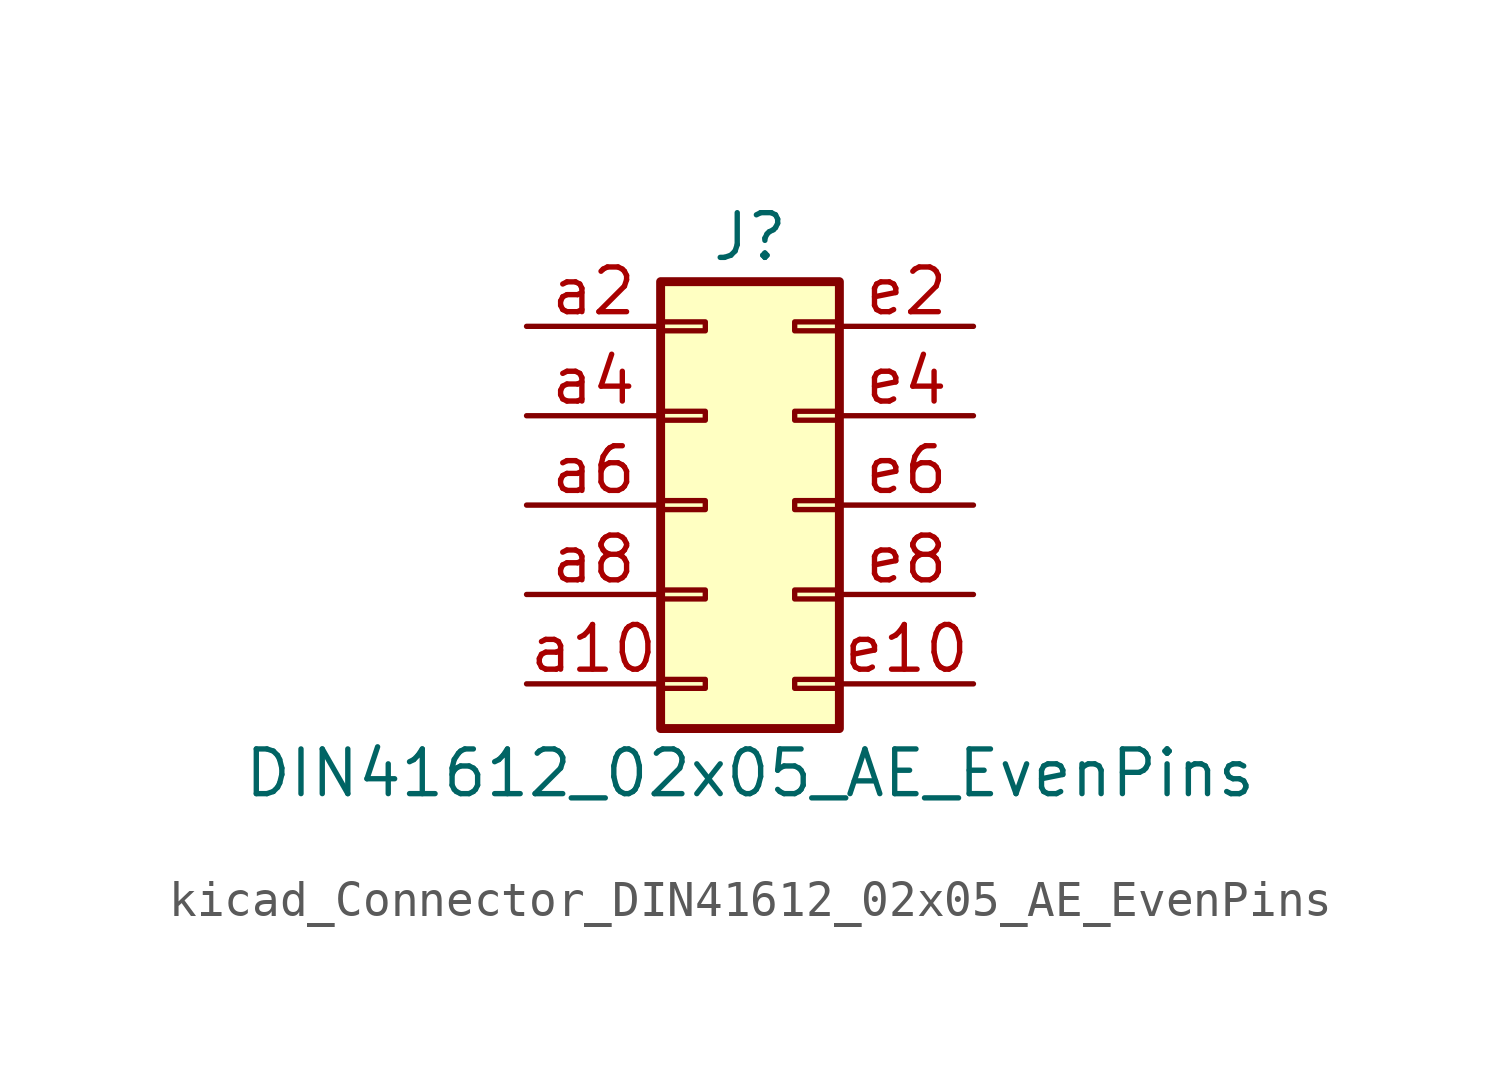
<source format=kicad_sym>
(kicad_symbol_lib
  (version 20220914)
  (generator kicad_symbol_editor)
  (symbol "kicad_Connector_DIN41612_02x05_AE_EvenPins"
    (pin_names
      (offset 1.016) hide)
    (property "Reference" "J"
      (at 1.27 7.62 0)
      (effects (font (size 1.27 1.27))))
    (property "Value" "DIN41612_02x05_AE_EvenPins"
      (at 1.27 -7.62 0)
      (effects (font (size 1.27 1.27))))
    (symbol "kicad_Connector_DIN41612_02x05_AE_EvenPins_1_1"
      (rectangle (start -1.27 -4.953) (end 0 -5.207) (stroke (width 0.152) (type default)) (fill (type none)))
      (rectangle (start -1.27 -2.413) (end 0 -2.667) (stroke (width 0.152) (type default)) (fill (type none)))
      (rectangle (start -1.27 0.127) (end 0 -0.127) (stroke (width 0.152) (type default)) (fill (type none)))
      (rectangle (start -1.27 2.667) (end 0 2.413) (stroke (width 0.152) (type default)) (fill (type none)))
      (rectangle (start -1.27 5.207) (end 0 4.953) (stroke (width 0.152) (type default)) (fill (type none)))
      (rectangle (start -1.27 6.35) (end 3.81 -6.35) (stroke (width 0.254) (type default)) (fill (type background)))
      (rectangle (start 3.81 -4.953) (end 2.54 -5.207) (stroke (width 0.152) (type default)) (fill (type none)))
      (rectangle (start 3.81 -2.413) (end 2.54 -2.667) (stroke (width 0.152) (type default)) (fill (type none)))
      (rectangle (start 3.81 0.127) (end 2.54 -0.127) (stroke (width 0.152) (type default)) (fill (type none)))
      (rectangle (start 3.81 2.667) (end 2.54 2.413) (stroke (width 0.152) (type default)) (fill (type none)))
      (rectangle (start 3.81 5.207) (end 2.54 4.953) (stroke (width 0.152) (type default)) (fill (type none)))
      (pin passive line (at -5.08 -5.08 0) (length 3.81) (name "Pin_a10" (effects (font (size 1.27 1.27)))) (number "a10" (effects (font (size 1.27 1.27)))))
      (pin passive line (at -5.08 5.08 0) (length 3.81) (name "Pin_a2" (effects (font (size 1.27 1.27)))) (number "a2" (effects (font (size 1.27 1.27)))))
      (pin passive line (at -5.08 2.54 0) (length 3.81) (name "Pin_a4" (effects (font (size 1.27 1.27)))) (number "a4" (effects (font (size 1.27 1.27)))))
      (pin passive line (at -5.08 0 0) (length 3.81) (name "Pin_a6" (effects (font (size 1.27 1.27)))) (number "a6" (effects (font (size 1.27 1.27)))))
      (pin passive line (at -5.08 -2.54 0) (length 3.81) (name "Pin_a8" (effects (font (size 1.27 1.27)))) (number "a8" (effects (font (size 1.27 1.27)))))
      (pin passive line (at 7.62 -5.08 180) (length 3.81) (name "Pin_e10" (effects (font (size 1.27 1.27)))) (number "e10" (effects (font (size 1.27 1.27)))))
      (pin passive line (at 7.62 5.08 180) (length 3.81) (name "Pin_e2" (effects (font (size 1.27 1.27)))) (number "e2" (effects (font (size 1.27 1.27)))))
      (pin passive line (at 7.62 2.54 180) (length 3.81) (name "Pin_e4" (effects (font (size 1.27 1.27)))) (number "e4" (effects (font (size 1.27 1.27)))))
      (pin passive line (at 7.62 0 180) (length 3.81) (name "Pin_e6" (effects (font (size 1.27 1.27)))) (number "e6" (effects (font (size 1.27 1.27)))))
      (pin passive line (at 7.62 -2.54 180) (length 3.81) (name "Pin_e8" (effects (font (size 1.27 1.27)))) (number "e8" (effects (font (size 1.27 1.27))))))))
</source>
